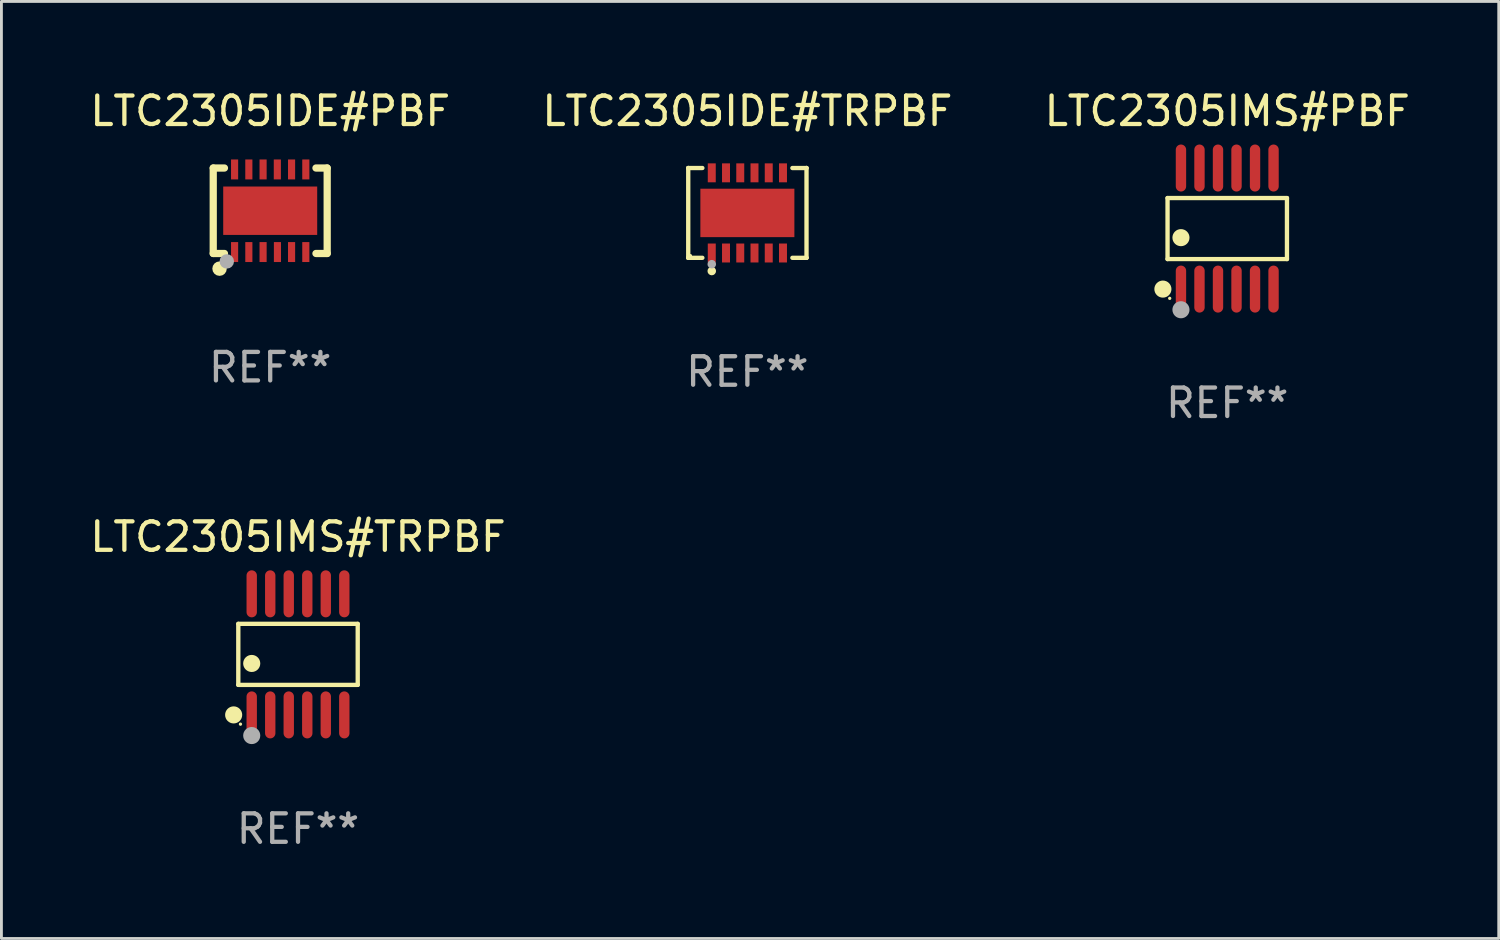
<source format=kicad_pcb>
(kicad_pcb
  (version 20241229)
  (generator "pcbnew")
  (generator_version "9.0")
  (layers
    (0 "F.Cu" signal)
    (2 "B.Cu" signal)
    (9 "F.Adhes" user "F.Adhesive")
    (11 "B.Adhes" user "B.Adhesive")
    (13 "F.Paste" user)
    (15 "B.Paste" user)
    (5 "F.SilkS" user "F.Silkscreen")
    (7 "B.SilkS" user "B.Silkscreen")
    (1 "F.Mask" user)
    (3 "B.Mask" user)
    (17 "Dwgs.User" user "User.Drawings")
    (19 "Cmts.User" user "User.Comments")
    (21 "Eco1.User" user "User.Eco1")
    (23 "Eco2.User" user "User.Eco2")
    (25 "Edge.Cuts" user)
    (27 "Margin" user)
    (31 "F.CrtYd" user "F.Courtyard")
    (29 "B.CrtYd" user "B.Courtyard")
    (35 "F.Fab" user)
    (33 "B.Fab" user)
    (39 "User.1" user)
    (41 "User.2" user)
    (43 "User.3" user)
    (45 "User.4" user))
  (footprint "LTC2305IDE#PBF"
    (layer "F.Cu")
    (at 6.435 4.348)
    (property "Reference" "LTC2305IDE#PBF" (at 0 -3.5 0) (layer "F.SilkS") (effects (font (size 1 1) (thickness 0.15))))
    (attr through_hole)
    (fp_line (start -2 -1.5) (end -2 1.5) (stroke (width 0.254) (type solid)) (layer "F.SilkS"))
    (fp_line (start -2 -1.5) (end -1.606 -1.5) (stroke (width 0.254) (type solid)) (layer "F.SilkS"))
    (fp_line (start -2 1.5) (end -1.606 1.5) (stroke (width 0.254) (type solid)) (layer "F.SilkS"))
    (fp_line (start 1.606 -1.5) (end 2 -1.5) (stroke (width 0.254) (type solid)) (layer "F.SilkS"))
    (fp_line (start 1.606 1.5) (end 2 1.5) (stroke (width 0.254) (type solid)) (layer "F.SilkS"))
    (fp_line (start 2 1.5) (end 2 -1.5) (stroke (width 0.254) (type solid)) (layer "F.SilkS"))
    (fp_circle (center -2 1.5) (end -1.97 1.5) (stroke (width 0.06) (type solid)) (fill no) (layer "F.SilkS"))
    (fp_circle (center -1.778 2.032) (end -1.651 2.032) (stroke (width 0.254) (type solid)) (fill no) (layer "F.SilkS"))
    (fp_circle (center -1.524 1.778) (end -1.397 1.778) (stroke (width 0.254) (type solid)) (fill no) (layer "F.Fab"))
    (fp_text user "REF**" (at 0 5.5 0) (layer "F.Fab") (effects (font (size 1 1) (thickness 0.15))))
    (pad "1" smd rect (at -1.25 1.45) (size 0.25 0.7) (layers "F.Cu" "F.Mask" "F.Paste"))
    (pad "2" smd rect (at -0.75 1.45) (size 0.25 0.7) (layers "F.Cu" "F.Mask" "F.Paste"))
    (pad "3" smd rect (at -0.25 1.45) (size 0.25 0.7) (layers "F.Cu" "F.Mask" "F.Paste"))
    (pad "4" smd rect (at 0.254 1.45) (size 0.25 0.7) (layers "F.Cu" "F.Mask" "F.Paste"))
    (pad "5" smd rect (at 0.75 1.45) (size 0.25 0.7) (layers "F.Cu" "F.Mask" "F.Paste"))
    (pad "6" smd rect (at 1.25 1.45) (size 0.25 0.7) (layers "F.Cu" "F.Mask" "F.Paste"))
    (pad "7" smd rect (at 1.25 -1.45) (size 0.25 0.7) (layers "F.Cu" "F.Mask" "F.Paste"))
    (pad "8" smd rect (at 0.75 -1.45) (size 0.25 0.7) (layers "F.Cu" "F.Mask" "F.Paste"))
    (pad "9" smd rect (at 0.25 -1.45) (size 0.25 0.7) (layers "F.Cu" "F.Mask" "F.Paste"))
    (pad "10" smd rect (at -0.25 -1.45) (size 0.25 0.7) (layers "F.Cu" "F.Mask" "F.Paste"))
    (pad "11" smd rect (at -0.75 -1.45) (size 0.25 0.7) (layers "F.Cu" "F.Mask" "F.Paste"))
    (pad "12" smd rect (at -1.25 -1.45) (size 0.25 0.7) (layers "F.Cu" "F.Mask" "F.Paste"))
    (pad "13" smd rect (at 0 -0.001) (size 3.299 1.699) (layers "F.Cu" "F.Mask" "F.Paste")))
  (footprint "LTC2305IMS#PBF"
    (layer "F.Cu")
    (at 40.03 4.973)
    (property "Reference" "LTC2305IMS#PBF" (at 0 -4.125 0) (layer "F.SilkS") (effects (font (size 1 1) (thickness 0.15))))
    (attr through_hole)
    (fp_line (start -2.096 -1.071) (end 2.096 -1.071) (stroke (width 0.152) (type solid)) (layer "F.SilkS"))
    (fp_line (start -2.096 1.071) (end -2.096 -1.071) (stroke (width 0.152) (type solid)) (layer "F.SilkS"))
    (fp_line (start 2.096 -1.071) (end 2.096 1.071) (stroke (width 0.152) (type solid)) (layer "F.SilkS"))
    (fp_line (start 2.096 1.071) (end -2.096 1.071) (stroke (width 0.152) (type solid)) (layer "F.SilkS"))
    (fp_circle (center -2.259 2.125) (end -2.109 2.125) (stroke (width 0.3) (type solid)) (fill no) (layer "F.SilkS"))
    (fp_circle (center -2.02 2.45) (end -1.99 2.45) (stroke (width 0.06) (type solid)) (fill no) (layer "F.SilkS"))
    (fp_circle (center -1.625 0.319) (end -1.475 0.319) (stroke (width 0.3) (type solid)) (fill no) (layer "F.SilkS"))
    (fp_circle (center -1.625 2.85) (end -1.475 2.85) (stroke (width 0.3) (type solid)) (fill no) (layer "F.Fab"))
    (fp_text user "REF**" (at 0 6.125 0) (layer "F.Fab") (effects (font (size 1 1) (thickness 0.15))))
    (pad "1" smd oval (at -1.625 2.125) (size 0.364 1.65) (layers "F.Cu" "F.Mask" "F.Paste"))
    (pad "2" smd oval (at -0.975 2.125) (size 0.364 1.65) (layers "F.Cu" "F.Mask" "F.Paste"))
    (pad "3" smd oval (at -0.325 2.125) (size 0.364 1.65) (layers "F.Cu" "F.Mask" "F.Paste"))
    (pad "4" smd oval (at 0.325 2.125) (size 0.364 1.65) (layers "F.Cu" "F.Mask" "F.Paste"))
    (pad "5" smd oval (at 0.975 2.125) (size 0.364 1.65) (layers "F.Cu" "F.Mask" "F.Paste"))
    (pad "6" smd oval (at 1.625 2.125) (size 0.364 1.65) (layers "F.Cu" "F.Mask" "F.Paste"))
    (pad "7" smd oval (at 1.625 -2.125) (size 0.364 1.65) (layers "F.Cu" "F.Mask" "F.Paste"))
    (pad "8" smd oval (at 0.975 -2.125) (size 0.364 1.65) (layers "F.Cu" "F.Mask" "F.Paste"))
    (pad "9" smd oval (at 0.325 -2.125) (size 0.364 1.65) (layers "F.Cu" "F.Mask" "F.Paste"))
    (pad "10" smd oval (at -0.325 -2.125) (size 0.364 1.65) (layers "F.Cu" "F.Mask" "F.Paste"))
    (pad "11" smd oval (at -0.975 -2.125) (size 0.364 1.65) (layers "F.Cu" "F.Mask" "F.Paste"))
    (pad "12" smd oval (at -1.625 -2.125) (size 0.364 1.65) (layers "F.Cu" "F.Mask" "F.Paste")))
  (footprint "LTC2305IMS#TRPBF"
    (layer "F.Cu")
    (at 7.411 19.92)
    (property "Reference" "LTC2305IMS#TRPBF" (at 0 -4.125 0) (layer "F.SilkS") (effects (font (size 1 1) (thickness 0.15))))
    (attr through_hole)
    (fp_line (start -2.096 -1.071) (end 2.096 -1.071) (stroke (width 0.152) (type solid)) (layer "F.SilkS"))
    (fp_line (start -2.096 1.071) (end -2.096 -1.071) (stroke (width 0.152) (type solid)) (layer "F.SilkS"))
    (fp_line (start 2.096 -1.071) (end 2.096 1.071) (stroke (width 0.152) (type solid)) (layer "F.SilkS"))
    (fp_line (start 2.096 1.071) (end -2.096 1.071) (stroke (width 0.152) (type solid)) (layer "F.SilkS"))
    (fp_circle (center -2.259 2.125) (end -2.109 2.125) (stroke (width 0.3) (type solid)) (fill no) (layer "F.SilkS"))
    (fp_circle (center -2.02 2.45) (end -1.99 2.45) (stroke (width 0.06) (type solid)) (fill no) (layer "F.SilkS"))
    (fp_circle (center -1.625 0.319) (end -1.475 0.319) (stroke (width 0.3) (type solid)) (fill no) (layer "F.SilkS"))
    (fp_circle (center -1.625 2.85) (end -1.475 2.85) (stroke (width 0.3) (type solid)) (fill no) (layer "F.Fab"))
    (fp_text user "REF**" (at 0 6.125 0) (layer "F.Fab") (effects (font (size 1 1) (thickness 0.15))))
    (pad "1" smd oval (at -1.625 2.125) (size 0.364 1.65) (layers "F.Cu" "F.Mask" "F.Paste"))
    (pad "2" smd oval (at -0.975 2.125) (size 0.364 1.65) (layers "F.Cu" "F.Mask" "F.Paste"))
    (pad "3" smd oval (at -0.325 2.125) (size 0.364 1.65) (layers "F.Cu" "F.Mask" "F.Paste"))
    (pad "4" smd oval (at 0.325 2.125) (size 0.364 1.65) (layers "F.Cu" "F.Mask" "F.Paste"))
    (pad "5" smd oval (at 0.975 2.125) (size 0.364 1.65) (layers "F.Cu" "F.Mask" "F.Paste"))
    (pad "6" smd oval (at 1.625 2.125) (size 0.364 1.65) (layers "F.Cu" "F.Mask" "F.Paste"))
    (pad "7" smd oval (at 1.625 -2.125) (size 0.364 1.65) (layers "F.Cu" "F.Mask" "F.Paste"))
    (pad "8" smd oval (at 0.975 -2.125) (size 0.364 1.65) (layers "F.Cu" "F.Mask" "F.Paste"))
    (pad "9" smd oval (at 0.325 -2.125) (size 0.364 1.65) (layers "F.Cu" "F.Mask" "F.Paste"))
    (pad "10" smd oval (at -0.325 -2.125) (size 0.364 1.65) (layers "F.Cu" "F.Mask" "F.Paste"))
    (pad "11" smd oval (at -0.975 -2.125) (size 0.364 1.65) (layers "F.Cu" "F.Mask" "F.Paste"))
    (pad "12" smd oval (at -1.625 -2.125) (size 0.364 1.65) (layers "F.Cu" "F.Mask" "F.Paste")))
  (footprint "LTC2305IDE#TRPBF"
    (layer "F.Cu")
    (at 23.185 4.424)
    (property "Reference" "LTC2305IDE#TRPBF" (at 0 -3.576 0) (layer "F.SilkS") (effects (font (size 1 1) (thickness 0.15))))
    (attr through_hole)
    (fp_line (start -2.076 -1.576) (end -2.076 -1.576) (stroke (width 0.152) (type solid)) (layer "F.SilkS"))
    (fp_line (start -2.076 -1.576) (end -1.58 -1.576) (stroke (width 0.152) (type solid)) (layer "F.SilkS"))
    (fp_line (start -2.076 1.576) (end -2.076 -1.576) (stroke (width 0.152) (type solid)) (layer "F.SilkS"))
    (fp_line (start -2.076 1.576) (end -2.076 1.576) (stroke (width 0.152) (type solid)) (layer "F.SilkS"))
    (fp_line (start -1.58 1.576) (end -2.076 1.576) (stroke (width 0.152) (type solid)) (layer "F.SilkS"))
    (fp_line (start 1.58 1.576) (end 2.076 1.576) (stroke (width 0.152) (type solid)) (layer "F.SilkS"))
    (fp_line (start 2.076 -1.576) (end 1.58 -1.576) (stroke (width 0.152) (type solid)) (layer "F.SilkS"))
    (fp_line (start 2.076 -1.576) (end 2.076 -1.576) (stroke (width 0.152) (type solid)) (layer "F.SilkS"))
    (fp_line (start 2.076 1.576) (end 2.076 -1.576) (stroke (width 0.152) (type solid)) (layer "F.SilkS"))
    (fp_line (start 2.076 1.576) (end 2.076 1.576) (stroke (width 0.152) (type solid)) (layer "F.SilkS"))
    (fp_circle (center -2 1.5) (end -1.97 1.5) (stroke (width 0.06) (type solid)) (fill no) (layer "F.SilkS"))
    (fp_circle (center -1.25 2.04) (end -1.175 2.04) (stroke (width 0.15) (type solid)) (fill no) (layer "F.SilkS"))
    (fp_circle (center -1.25 1.8) (end -1.175 1.8) (stroke (width 0.15) (type solid)) (fill no) (layer "F.Fab"))
    (fp_text user "REF**" (at 0 5.576 0) (layer "F.Fab") (effects (font (size 1 1) (thickness 0.15))))
    (pad "1" smd rect (at -1.25 1.407) (size 0.28 0.665) (layers "F.Cu" "F.Mask" "F.Paste"))
    (pad "2" smd rect (at -0.75 1.407) (size 0.28 0.665) (layers "F.Cu" "F.Mask" "F.Paste"))
    (pad "3" smd rect (at -0.25 1.407) (size 0.28 0.665) (layers "F.Cu" "F.Mask" "F.Paste"))
    (pad "4" smd rect (at 0.25 1.407) (size 0.28 0.665) (layers "F.Cu" "F.Mask" "F.Paste"))
    (pad "5" smd rect (at 0.75 1.407) (size 0.28 0.665) (layers "F.Cu" "F.Mask" "F.Paste"))
    (pad "6" smd rect (at 1.25 1.407) (size 0.28 0.665) (layers "F.Cu" "F.Mask" "F.Paste"))
    (pad "7" smd rect (at 1.25 -1.407) (size 0.28 0.665) (layers "F.Cu" "F.Mask" "F.Paste"))
    (pad "8" smd rect (at 0.75 -1.407) (size 0.28 0.665) (layers "F.Cu" "F.Mask" "F.Paste"))
    (pad "9" smd rect (at 0.25 -1.407) (size 0.28 0.665) (layers "F.Cu" "F.Mask" "F.Paste"))
    (pad "10" smd rect (at -0.25 -1.407) (size 0.28 0.665) (layers "F.Cu" "F.Mask" "F.Paste"))
    (pad "11" smd rect (at -0.75 -1.407) (size 0.28 0.665) (layers "F.Cu" "F.Mask" "F.Paste"))
    (pad "12" smd rect (at -1.25 -1.407) (size 0.28 0.665) (layers "F.Cu" "F.Mask" "F.Paste"))
    (pad "13" smd rect (at 0 0) (size 3.3 1.7) (layers "F.Cu" "F.Mask" "F.Paste")))
  (gr_rect
    (start -3 -3)
    (end 49.56 29.893)
    (stroke (width 0.1) (type default))
    (fill no)
    (layer "Edge.Cuts")))
</source>
